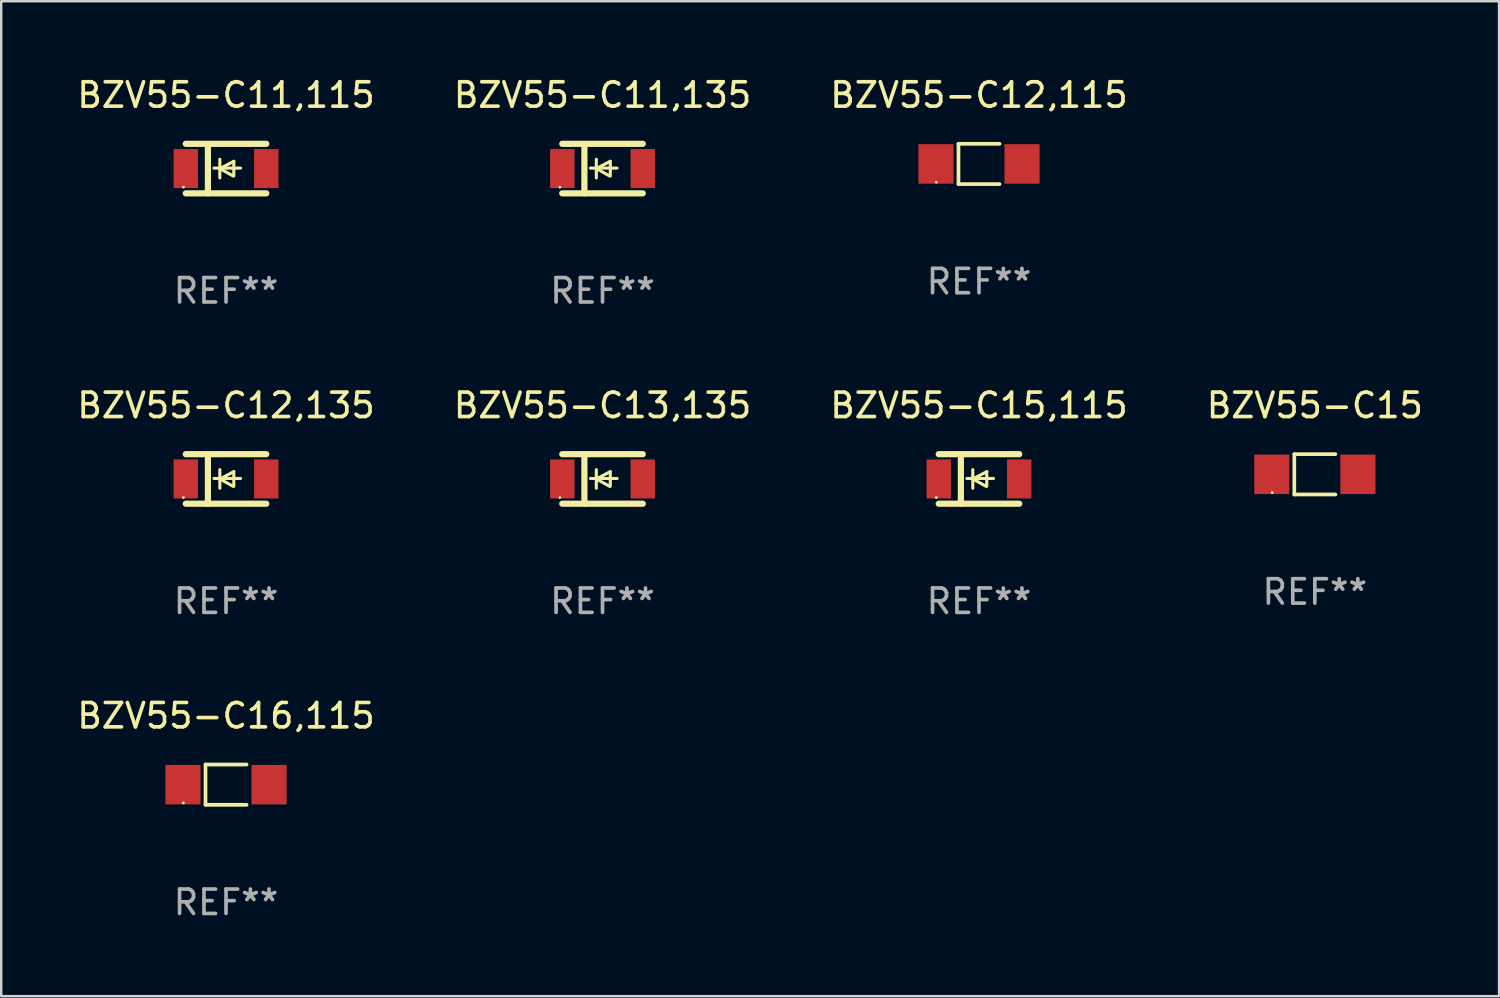
<source format=kicad_pcb>
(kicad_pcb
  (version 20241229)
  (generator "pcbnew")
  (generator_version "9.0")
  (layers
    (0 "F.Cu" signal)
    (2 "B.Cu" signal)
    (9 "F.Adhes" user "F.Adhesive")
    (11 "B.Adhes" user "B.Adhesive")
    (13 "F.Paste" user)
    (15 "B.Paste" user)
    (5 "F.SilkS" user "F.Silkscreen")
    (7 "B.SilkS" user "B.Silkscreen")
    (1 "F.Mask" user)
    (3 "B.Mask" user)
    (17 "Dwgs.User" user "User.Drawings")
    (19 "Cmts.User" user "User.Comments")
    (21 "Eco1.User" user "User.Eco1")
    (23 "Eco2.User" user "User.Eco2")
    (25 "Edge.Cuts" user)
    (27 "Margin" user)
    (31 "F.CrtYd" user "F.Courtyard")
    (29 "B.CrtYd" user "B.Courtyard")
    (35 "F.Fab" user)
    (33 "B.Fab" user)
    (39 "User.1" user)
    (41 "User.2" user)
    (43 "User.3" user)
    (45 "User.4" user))
  (footprint "BZV55-C12,115"
    (layer "F.Cu")
    (at 37.101 3.674)
    (property "Reference" "BZV55-C12,115" (at 0 -2.826 0) (layer "F.SilkS") (effects (font (size 1 1) (thickness 0.15))))
    (attr through_hole)
    (fp_line (start -0.842 -0.826) (end -0.842 0.826) (stroke (width 0.152) (type solid)) (layer "F.SilkS"))
    (fp_line (start -0.842 -0.826) (end 0.842 -0.826) (stroke (width 0.152) (type solid)) (layer "F.SilkS"))
    (fp_line (start -0.842 0.826) (end 0.842 0.826) (stroke (width 0.152) (type solid)) (layer "F.SilkS"))
    (fp_circle (center -1.75 0.75) (end -1.72 0.75) (stroke (width 0.06) (type solid)) (fill no) (layer "F.SilkS"))
    (fp_text user "REF**" (at 0 4.826 0) (layer "F.Fab") (effects (font (size 1 1) (thickness 0.15))))
    (pad "1" smd rect (at -1.765 0) (size 1.44 1.62) (layers "F.Cu" "F.Mask" "F.Paste"))
    (pad "2" smd rect (at 1.765 0) (size 1.44 1.62) (layers "F.Cu" "F.Mask" "F.Paste")))
  (footprint "BZV55-C11,115"
    (layer "F.Cu")
    (at 6.22 3.864)
    (property "Reference" "BZV55-C11,115" (at 0 -3.016 0) (layer "F.SilkS") (effects (font (size 1 1) (thickness 0.15))))
    (attr through_hole)
    (fp_line (start -1.651 -1.016) (end 1.651 -1.016) (stroke (width 0.254) (type solid)) (layer "F.SilkS"))
    (fp_line (start -1.651 1.016) (end 1.651 1.016) (stroke (width 0.254) (type solid)) (layer "F.SilkS"))
    (fp_line (start -0.743 -1) (end -0.743 1.016) (stroke (width 0.254) (type solid)) (layer "F.SilkS"))
    (fp_line (start -0.495 -0.02) (end 0.597 -0.02) (stroke (width 0.127) (type solid)) (layer "F.SilkS"))
    (fp_line (start -0.254 0) (end -0.254 -0.381) (stroke (width 0.127) (type solid)) (layer "F.SilkS"))
    (fp_line (start -0.254 0) (end -0.254 0.381) (stroke (width 0.127) (type solid)) (layer "F.SilkS"))
    (fp_line (start 0.288 0.301) (end -0.254 0) (stroke (width 0.127) (type solid)) (layer "F.SilkS"))
    (fp_line (start 0.318 -0.299) (end -0.254 0) (stroke (width 0.127) (type solid)) (layer "F.SilkS"))
    (fp_line (start 0.318 -0.299) (end 0.318 0.301) (stroke (width 0.127) (type solid)) (layer "F.SilkS"))
    (fp_circle (center -1.75 0.763) (end -1.72 0.763) (stroke (width 0.06) (type solid)) (fill no) (layer "F.SilkS"))
    (fp_text user "REF**" (at 0 5.016 0) (layer "F.Fab") (effects (font (size 1 1) (thickness 0.15))))
    (pad "1" smd rect (at -1.65 0 90) (size 1.6 1) (layers "F.Cu" "F.Mask" "F.Paste"))
    (pad "2" smd rect (at 1.65 0 90) (size 1.6 1) (layers "F.Cu" "F.Mask" "F.Paste")))
  (footprint "BZV55-C16,115"
    (layer "F.Cu")
    (at 6.22 29.131)
    (property "Reference" "BZV55-C16,115" (at 0 -2.826 0) (layer "F.SilkS") (effects (font (size 1 1) (thickness 0.15))))
    (attr through_hole)
    (fp_line (start -0.842 -0.826) (end -0.842 0.826) (stroke (width 0.152) (type solid)) (layer "F.SilkS"))
    (fp_line (start -0.842 -0.826) (end 0.842 -0.826) (stroke (width 0.152) (type solid)) (layer "F.SilkS"))
    (fp_line (start -0.842 0.826) (end 0.842 0.826) (stroke (width 0.152) (type solid)) (layer "F.SilkS"))
    (fp_circle (center -1.75 0.75) (end -1.72 0.75) (stroke (width 0.06) (type solid)) (fill no) (layer "F.SilkS"))
    (fp_text user "REF**" (at 0 4.826 0) (layer "F.Fab") (effects (font (size 1 1) (thickness 0.15))))
    (pad "1" smd rect (at -1.765 0) (size 1.44 1.62) (layers "F.Cu" "F.Mask" "F.Paste"))
    (pad "2" smd rect (at 1.765 0) (size 1.44 1.62) (layers "F.Cu" "F.Mask" "F.Paste")))
  (footprint "BZV55-C12,135"
    (layer "F.Cu")
    (at 6.22 16.593)
    (property "Reference" "BZV55-C12,135" (at 0 -3.016 0) (layer "F.SilkS") (effects (font (size 1 1) (thickness 0.15))))
    (attr through_hole)
    (fp_line (start -1.651 -1.016) (end 1.651 -1.016) (stroke (width 0.254) (type solid)) (layer "F.SilkS"))
    (fp_line (start -1.651 1.016) (end 1.651 1.016) (stroke (width 0.254) (type solid)) (layer "F.SilkS"))
    (fp_line (start -0.743 -1) (end -0.743 1.016) (stroke (width 0.254) (type solid)) (layer "F.SilkS"))
    (fp_line (start -0.495 -0.02) (end 0.597 -0.02) (stroke (width 0.127) (type solid)) (layer "F.SilkS"))
    (fp_line (start -0.254 0) (end -0.254 -0.381) (stroke (width 0.127) (type solid)) (layer "F.SilkS"))
    (fp_line (start -0.254 0) (end -0.254 0.381) (stroke (width 0.127) (type solid)) (layer "F.SilkS"))
    (fp_line (start 0.288 0.301) (end -0.254 0) (stroke (width 0.127) (type solid)) (layer "F.SilkS"))
    (fp_line (start 0.318 -0.299) (end -0.254 0) (stroke (width 0.127) (type solid)) (layer "F.SilkS"))
    (fp_line (start 0.318 -0.299) (end 0.318 0.301) (stroke (width 0.127) (type solid)) (layer "F.SilkS"))
    (fp_circle (center -1.75 0.763) (end -1.72 0.763) (stroke (width 0.06) (type solid)) (fill no) (layer "F.SilkS"))
    (fp_text user "REF**" (at 0 5.016 0) (layer "F.Fab") (effects (font (size 1 1) (thickness 0.15))))
    (pad "1" smd rect (at -1.65 0 90) (size 1.6 1) (layers "F.Cu" "F.Mask" "F.Paste"))
    (pad "2" smd rect (at 1.65 0 90) (size 1.6 1) (layers "F.Cu" "F.Mask" "F.Paste")))
  (footprint "BZV55-C15,115"
    (layer "F.Cu")
    (at 37.101 16.593)
    (property "Reference" "BZV55-C15,115" (at 0 -3.016 0) (layer "F.SilkS") (effects (font (size 1 1) (thickness 0.15))))
    (attr through_hole)
    (fp_line (start -1.651 -1.016) (end 1.651 -1.016) (stroke (width 0.254) (type solid)) (layer "F.SilkS"))
    (fp_line (start -1.651 1.016) (end 1.651 1.016) (stroke (width 0.254) (type solid)) (layer "F.SilkS"))
    (fp_line (start -0.743 -1) (end -0.743 1.016) (stroke (width 0.254) (type solid)) (layer "F.SilkS"))
    (fp_line (start -0.495 -0.02) (end 0.597 -0.02) (stroke (width 0.127) (type solid)) (layer "F.SilkS"))
    (fp_line (start -0.254 0) (end -0.254 -0.381) (stroke (width 0.127) (type solid)) (layer "F.SilkS"))
    (fp_line (start -0.254 0) (end -0.254 0.381) (stroke (width 0.127) (type solid)) (layer "F.SilkS"))
    (fp_line (start 0.288 0.301) (end -0.254 0) (stroke (width 0.127) (type solid)) (layer "F.SilkS"))
    (fp_line (start 0.318 -0.299) (end -0.254 0) (stroke (width 0.127) (type solid)) (layer "F.SilkS"))
    (fp_line (start 0.318 -0.299) (end 0.318 0.301) (stroke (width 0.127) (type solid)) (layer "F.SilkS"))
    (fp_circle (center -1.75 0.763) (end -1.72 0.763) (stroke (width 0.06) (type solid)) (fill no) (layer "F.SilkS"))
    (fp_text user "REF**" (at 0 5.016 0) (layer "F.Fab") (effects (font (size 1 1) (thickness 0.15))))
    (pad "1" smd rect (at -1.65 0.000025 90) (size 1.6 1) (layers "F.Cu" "F.Mask" "F.Paste"))
    (pad "2" smd rect (at 1.65 0.000025 90) (size 1.6 1) (layers "F.Cu" "F.Mask" "F.Paste")))
  (footprint "BZV55-C15"
    (layer "F.Cu")
    (at 50.875 16.403)
    (property "Reference" "BZV55-C15" (at 0 -2.826 0) (layer "F.SilkS") (effects (font (size 1 1) (thickness 0.15))))
    (attr through_hole)
    (fp_line (start -0.842 -0.826) (end -0.842 0.826) (stroke (width 0.152) (type solid)) (layer "F.SilkS"))
    (fp_line (start -0.842 -0.826) (end 0.842 -0.826) (stroke (width 0.152) (type solid)) (layer "F.SilkS"))
    (fp_line (start -0.842 0.826) (end 0.842 0.826) (stroke (width 0.152) (type solid)) (layer "F.SilkS"))
    (fp_circle (center -1.75 0.75) (end -1.72 0.75) (stroke (width 0.06) (type solid)) (fill no) (layer "F.SilkS"))
    (fp_text user "REF**" (at 0 4.826 0) (layer "F.Fab") (effects (font (size 1 1) (thickness 0.15))))
    (pad "1" smd rect (at -1.765 0) (size 1.44 1.62) (layers "F.Cu" "F.Mask" "F.Paste"))
    (pad "2" smd rect (at 1.765 0) (size 1.44 1.62) (layers "F.Cu" "F.Mask" "F.Paste")))
  (footprint "BZV55-C13,135"
    (layer "F.Cu")
    (at 21.661 16.593)
    (property "Reference" "BZV55-C13,135" (at 0 -3.016 0) (layer "F.SilkS") (effects (font (size 1 1) (thickness 0.15))))
    (attr through_hole)
    (fp_line (start -1.651 -1.016) (end 1.651 -1.016) (stroke (width 0.254) (type solid)) (layer "F.SilkS"))
    (fp_line (start -1.651 1.016) (end 1.651 1.016) (stroke (width 0.254) (type solid)) (layer "F.SilkS"))
    (fp_line (start -0.743 -1) (end -0.743 1.016) (stroke (width 0.254) (type solid)) (layer "F.SilkS"))
    (fp_line (start -0.495 -0.02) (end 0.597 -0.02) (stroke (width 0.127) (type solid)) (layer "F.SilkS"))
    (fp_line (start -0.254 0) (end -0.254 -0.381) (stroke (width 0.127) (type solid)) (layer "F.SilkS"))
    (fp_line (start -0.254 0) (end -0.254 0.381) (stroke (width 0.127) (type solid)) (layer "F.SilkS"))
    (fp_line (start 0.288 0.301) (end -0.254 0) (stroke (width 0.127) (type solid)) (layer "F.SilkS"))
    (fp_line (start 0.318 -0.299) (end -0.254 0) (stroke (width 0.127) (type solid)) (layer "F.SilkS"))
    (fp_line (start 0.318 -0.299) (end 0.318 0.301) (stroke (width 0.127) (type solid)) (layer "F.SilkS"))
    (fp_circle (center -1.75 0.763) (end -1.72 0.763) (stroke (width 0.06) (type solid)) (fill no) (layer "F.SilkS"))
    (fp_text user "REF**" (at 0 5.016 0) (layer "F.Fab") (effects (font (size 1 1) (thickness 0.15))))
    (pad "1" smd rect (at -1.65 0 90) (size 1.6 1) (layers "F.Cu" "F.Mask" "F.Paste"))
    (pad "2" smd rect (at 1.65 0 90) (size 1.6 1) (layers "F.Cu" "F.Mask" "F.Paste")))
  (footprint "BZV55-C11,135"
    (layer "F.Cu")
    (at 21.661 3.864)
    (property "Reference" "BZV55-C11,135" (at 0 -3.016 0) (layer "F.SilkS") (effects (font (size 1 1) (thickness 0.15))))
    (attr through_hole)
    (fp_line (start -1.651 -1.016) (end 1.651 -1.016) (stroke (width 0.254) (type solid)) (layer "F.SilkS"))
    (fp_line (start -1.651 1.016) (end 1.651 1.016) (stroke (width 0.254) (type solid)) (layer "F.SilkS"))
    (fp_line (start -0.743 -1) (end -0.743 1.016) (stroke (width 0.254) (type solid)) (layer "F.SilkS"))
    (fp_line (start -0.495 -0.02) (end 0.597 -0.02) (stroke (width 0.127) (type solid)) (layer "F.SilkS"))
    (fp_line (start -0.254 0) (end -0.254 -0.381) (stroke (width 0.127) (type solid)) (layer "F.SilkS"))
    (fp_line (start -0.254 0) (end -0.254 0.381) (stroke (width 0.127) (type solid)) (layer "F.SilkS"))
    (fp_line (start 0.288 0.301) (end -0.254 0) (stroke (width 0.127) (type solid)) (layer "F.SilkS"))
    (fp_line (start 0.318 -0.299) (end -0.254 0) (stroke (width 0.127) (type solid)) (layer "F.SilkS"))
    (fp_line (start 0.318 -0.299) (end 0.318 0.301) (stroke (width 0.127) (type solid)) (layer "F.SilkS"))
    (fp_circle (center -1.75 0.763) (end -1.72 0.763) (stroke (width 0.06) (type solid)) (fill no) (layer "F.SilkS"))
    (fp_text user "REF**" (at 0 5.016 0) (layer "F.Fab") (effects (font (size 1 1) (thickness 0.15))))
    (pad "1" smd rect (at -1.65 0 90) (size 1.6 1) (layers "F.Cu" "F.Mask" "F.Paste"))
    (pad "2" smd rect (at 1.65 0 90) (size 1.6 1) (layers "F.Cu" "F.Mask" "F.Paste")))
  (gr_rect
    (start -3 -3)
    (end 58.429 37.806)
    (stroke (width 0.1) (type default))
    (fill no)
    (layer "Edge.Cuts")))
</source>
